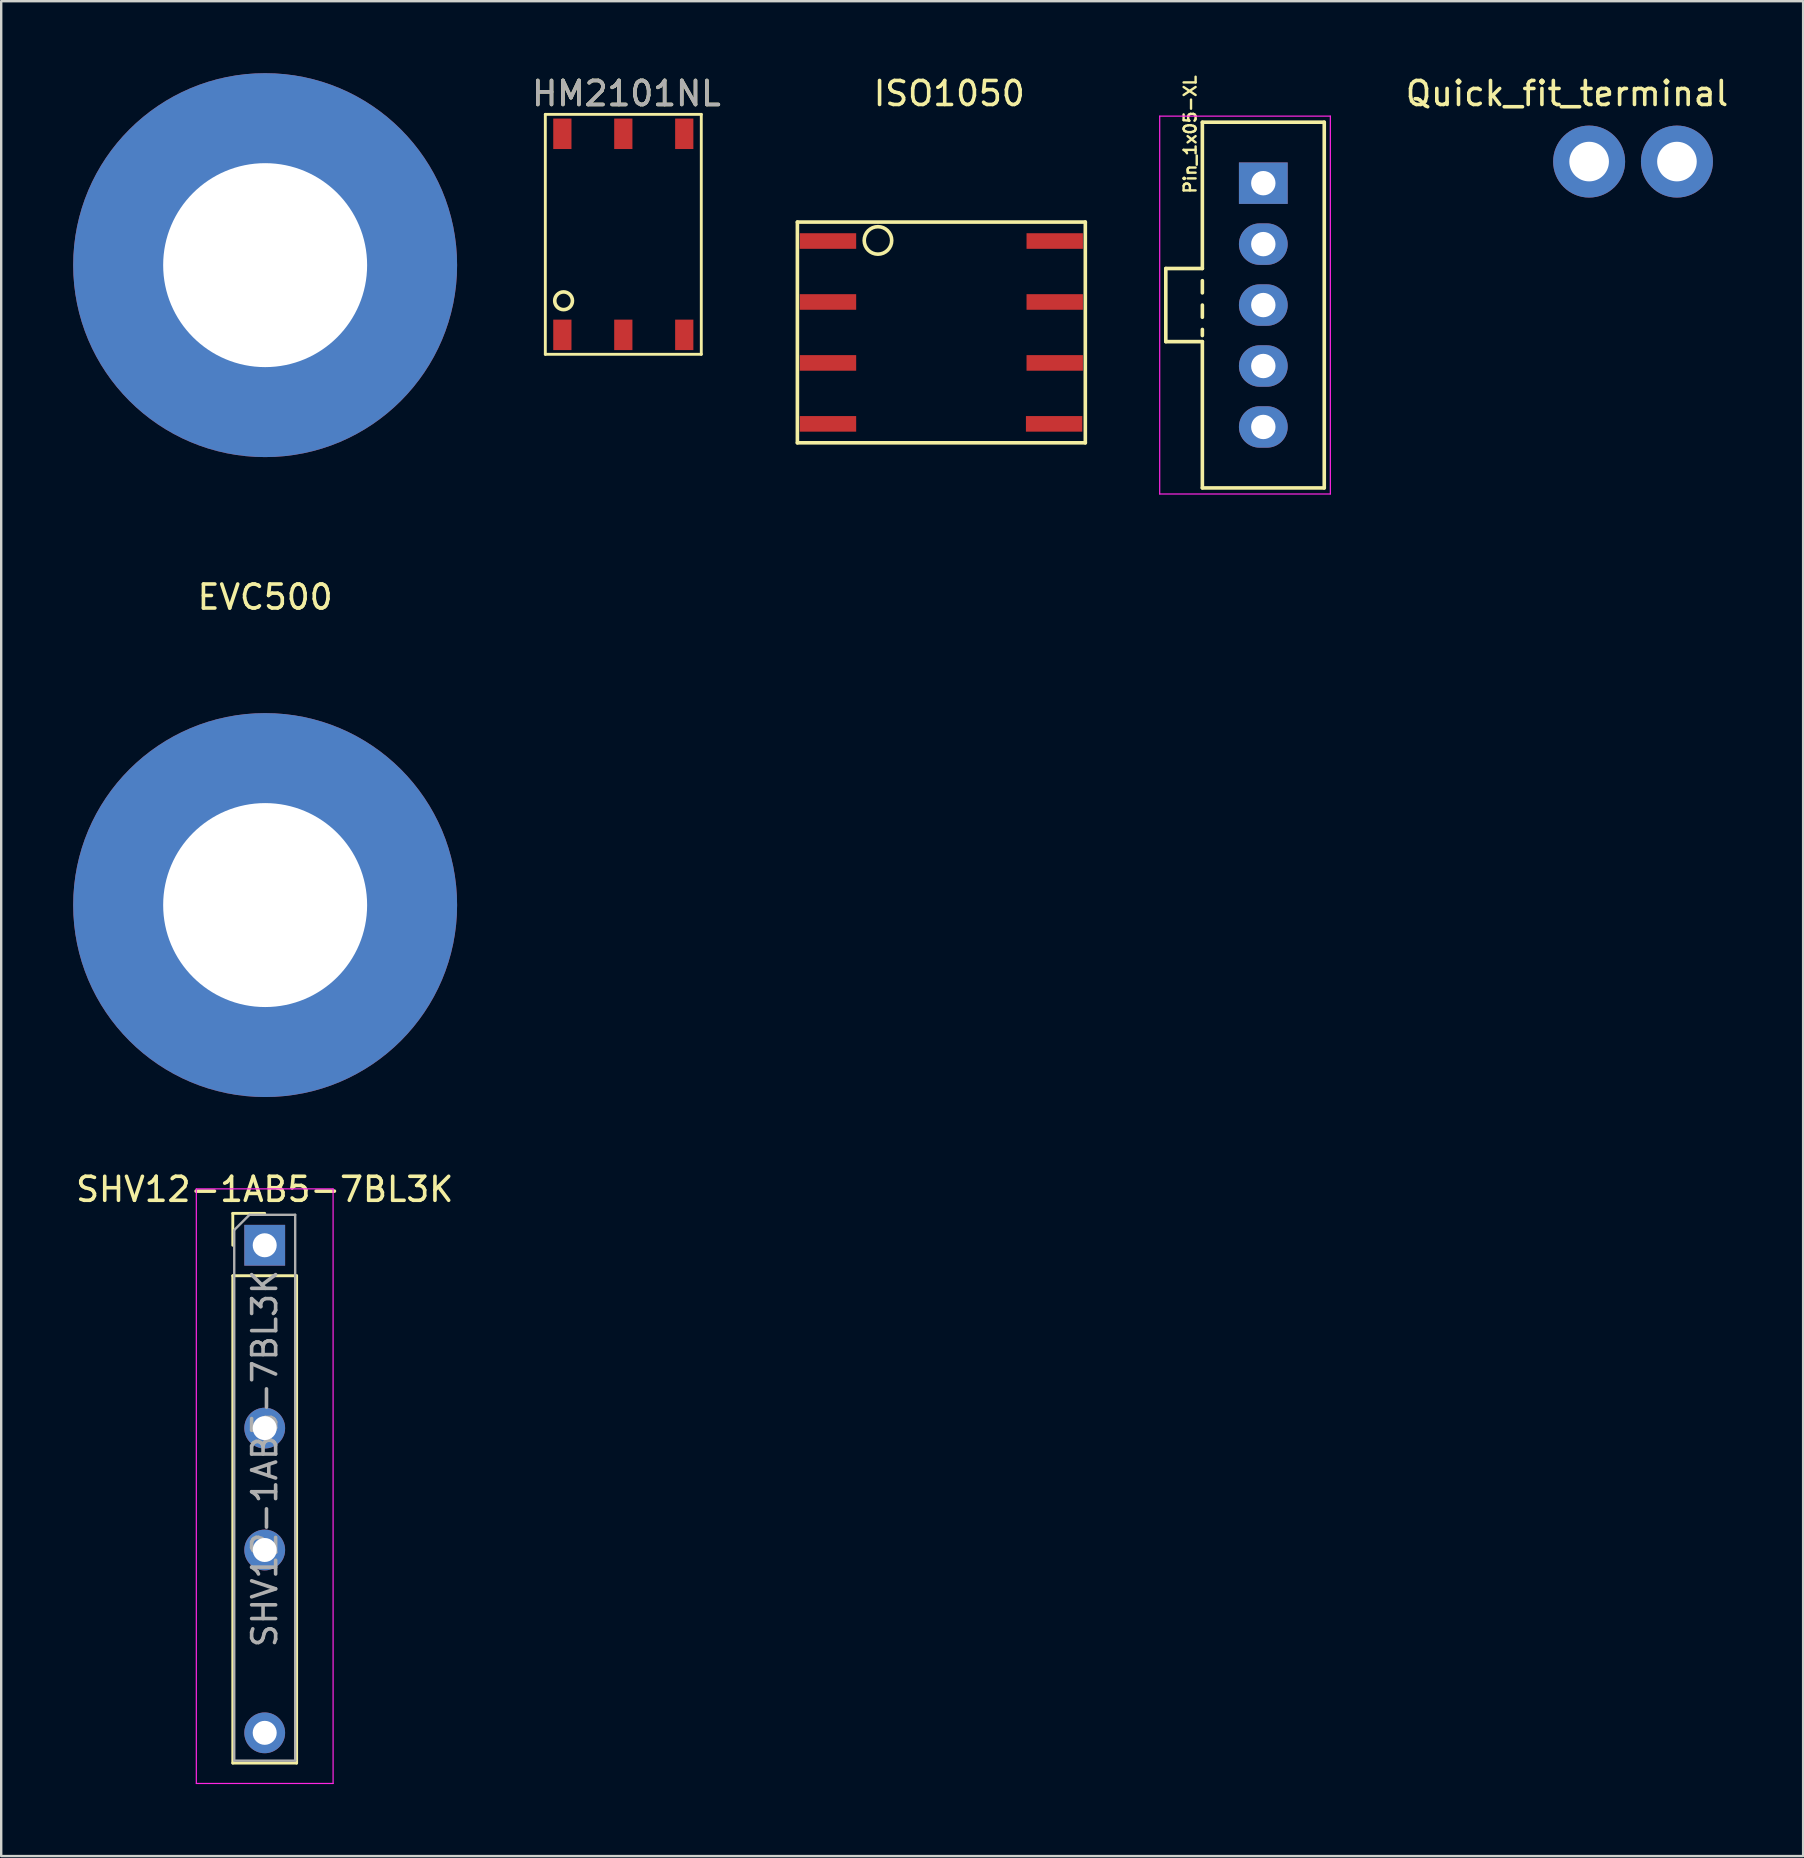
<source format=kicad_pcb>
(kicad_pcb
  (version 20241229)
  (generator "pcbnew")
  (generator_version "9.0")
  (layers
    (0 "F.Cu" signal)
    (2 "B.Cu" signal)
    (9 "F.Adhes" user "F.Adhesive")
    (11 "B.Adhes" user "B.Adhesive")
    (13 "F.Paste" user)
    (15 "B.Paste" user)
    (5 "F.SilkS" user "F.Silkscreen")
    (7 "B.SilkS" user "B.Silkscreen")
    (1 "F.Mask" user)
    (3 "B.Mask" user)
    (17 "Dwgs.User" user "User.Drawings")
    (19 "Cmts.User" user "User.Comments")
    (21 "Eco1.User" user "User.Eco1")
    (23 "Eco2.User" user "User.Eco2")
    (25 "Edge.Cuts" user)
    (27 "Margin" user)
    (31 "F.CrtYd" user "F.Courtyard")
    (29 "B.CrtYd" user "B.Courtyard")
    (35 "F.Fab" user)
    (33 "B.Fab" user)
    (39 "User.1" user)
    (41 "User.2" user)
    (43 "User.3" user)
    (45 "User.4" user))
  (footprint "ISO1050"
    (layer "F.Cu")
    (at 36.182 10.805)
    (property "Reference" "ISO1050" (at 0.33 -9.957 0) (layer "F.SilkS") (effects (font (size 1 1) (thickness 0.15))))
    (attr through_hole)
    (fp_line (start -6 -4.6) (end 6 -4.6) (stroke (width 0.15) (type solid)) (layer "F.SilkS"))
    (fp_line (start -6 4.6) (end -6 -4.6) (stroke (width 0.15) (type solid)) (layer "F.SilkS"))
    (fp_line (start -6 4.6) (end 6 4.6) (stroke (width 0.15) (type solid)) (layer "F.SilkS"))
    (fp_line (start 6 -4.6) (end 6 4.6) (stroke (width 0.15) (type solid)) (layer "F.SilkS"))
    (fp_circle (center -2.642 -3.835) (end -2.083 -3.962) (stroke (width 0.15) (type solid)) (fill no) (layer "F.SilkS"))
    (pad "1" smd rect (at -4.725 -3.81) (size 2.35 0.65) (layers "F.Cu" "F.Mask" "F.Paste"))
    (pad "2" smd rect (at -4.725 -1.27) (size 2.35 0.65) (layers "F.Cu" "F.Mask" "F.Paste"))
    (pad "3" smd rect (at -4.725 1.27) (size 2.35 0.65) (layers "F.Cu" "F.Mask" "F.Paste"))
    (pad "4" smd rect (at -4.725 3.81) (size 2.35 0.65) (layers "F.Cu" "F.Mask" "F.Paste"))
    (pad "5" smd rect (at 4.7 3.81) (size 2.35 0.65) (layers "F.Cu" "F.Mask" "F.Paste"))
    (pad "6" smd rect (at 4.725 1.27) (size 2.35 0.65) (layers "F.Cu" "F.Mask" "F.Paste"))
    (pad "7" smd rect (at 4.725 -1.27) (size 2.35 0.65) (layers "F.Cu" "F.Mask" "F.Paste"))
    (pad "8" smd rect (at 4.725 -3.81) (size 2.35 0.65) (layers "F.Cu" "F.Mask" "F.Paste")))
  (footprint "Pin_1x05-XL"
    (layer "F.Cu")
    (at 49.6 4.584)
    (property "Reference" "Pin_1x05-XL" (at -3.048 -2.032 90) (layer "F.SilkS") (effects (font (size 0.5 0.5) (thickness 0.1))))
    (attr through_hole)
    (fp_line (start -4.064 3.556) (end -4.064 6.604) (stroke (width 0.15) (type solid)) (layer "F.SilkS"))
    (fp_line (start -4.064 6.604) (end -2.54 6.604) (stroke (width 0.15) (type solid)) (layer "F.SilkS"))
    (fp_line (start -2.54 -2.54) (end -2.54 3.556) (stroke (width 0.15) (type solid)) (layer "F.SilkS"))
    (fp_line (start -2.54 3.556) (end -4.064 3.556) (stroke (width 0.15) (type solid)) (layer "F.SilkS"))
    (fp_line (start -2.54 4.064) (end -2.54 4.572) (stroke (width 0.15) (type solid)) (layer "F.SilkS"))
    (fp_line (start -2.54 5.08) (end -2.54 5.588) (stroke (width 0.15) (type solid)) (layer "F.SilkS"))
    (fp_line (start -2.54 6.096) (end -2.54 6.35) (stroke (width 0.15) (type solid)) (layer "F.SilkS"))
    (fp_line (start -2.54 6.604) (end -2.54 12.7) (stroke (width 0.15) (type solid)) (layer "F.SilkS"))
    (fp_line (start -2.54 12.7) (end 2.54 12.7) (stroke (width 0.15) (type solid)) (layer "F.SilkS"))
    (fp_line (start 2.54 -2.54) (end -2.54 -2.54) (stroke (width 0.15) (type solid)) (layer "F.SilkS"))
    (fp_line (start 2.54 -2.54) (end 2.54 12.7) (stroke (width 0.15) (type solid)) (layer "F.SilkS"))
    (fp_line (start -4.318 12.954) (end -4.318 -2.794) (stroke (width 0.05) (type solid)) (layer "F.CrtYd"))
    (fp_line (start -4.318 12.954) (end 2.794 12.954) (stroke (width 0.05) (type solid)) (layer "F.CrtYd"))
    (fp_line (start 2.794 -2.794) (end -4.318 -2.794) (stroke (width 0.05) (type solid)) (layer "F.CrtYd"))
    (fp_line (start 2.794 12.954) (end 2.794 -2.794) (stroke (width 0.05) (type solid)) (layer "F.CrtYd"))
    (pad "1" thru_hole rect (at 0 0) (size 2.032 1.727) (drill 1.016) (layers "*.Cu" "*.Mask"))
    (pad "2" thru_hole oval (at 0 2.54) (size 2.032 1.727) (drill 1.016) (layers "*.Cu" "*.Mask"))
    (pad "3" thru_hole oval (at 0 5.08) (size 2.032 1.727) (drill 1.016) (layers "*.Cu" "*.Mask"))
    (pad "4" thru_hole oval (at 0 7.62) (size 2.032 1.727) (drill 1.016) (layers "*.Cu" "*.Mask"))
    (pad "5" thru_hole oval (at 0 10.16) (size 2.032 1.727) (drill 1.016) (layers "*.Cu" "*.Mask")))
  (footprint "Quick_fit_terminal"
    (layer "F.Cu")
    (at 65.009 3.684)
    (property "Reference" "Quick_fit_terminal" (at -2.75 -2.836 0) (layer "F.SilkS") (effects (font (size 1 1) (thickness 0.15))))
    (attr through_hole)
    (pad "1" thru_hole circle (at -1.83 0) (size 3 3) (drill 1.65) (layers "*.Cu" "*.Mask"))
    (pad "1" thru_hole circle (at 1.83 0) (size 3 3) (drill 1.65) (layers "*.Cu" "*.Mask")))
  (footprint "EVC500"
    (layer "F.Cu")
    (at 8 21.335)
    (property "Reference" "EVC500" (at 0 0.5 0) (layer "F.SilkS") (effects (font (size 1 1) (thickness 0.15))))
    (attr through_hole)
    (pad "1" thru_hole circle (at 0 -13.335) (size 16 16) (drill 8.5) (layers "*.Cu" "*.Mask"))
    (pad "2" thru_hole circle (at 0 13.335) (size 16 16) (drill 8.5) (layers "*.Cu" "*.Mask")))
  (footprint "SHV12-1AB5-7BL3K"
    (layer "F.Cu")
    (at 7.982 48.848)
    (property "Reference" "SHV12-1AB5-7BL3K" (at 0 -2.33 0) (layer "F.SilkS") (effects (font (size 1 1) (thickness 0.15))))
    (attr through_hole)
    (fp_line (start -1.33 -1.33) (end 0 -1.33) (stroke (width 0.12) (type solid)) (layer "F.SilkS"))
    (fp_line (start -1.33 0) (end -1.33 -1.33) (stroke (width 0.12) (type solid)) (layer "F.SilkS"))
    (fp_line (start -1.33 1.27) (end -1.33 21.58) (stroke (width 0.12) (type solid)) (layer "F.SilkS"))
    (fp_line (start -1.33 1.27) (end 1.33 1.27) (stroke (width 0.12) (type solid)) (layer "F.SilkS"))
    (fp_line (start -1.33 21.58) (end 1.33 21.58) (stroke (width 0.12) (type solid)) (layer "F.SilkS"))
    (fp_line (start 1.33 1.27) (end 1.33 21.58) (stroke (width 0.12) (type solid)) (layer "F.SilkS"))
    (fp_line (start -2.85 -2.35) (end -2.85 22.43) (stroke (width 0.05) (type solid)) (layer "F.CrtYd"))
    (fp_line (start -2.85 22.43) (end 2.85 22.43) (stroke (width 0.05) (type solid)) (layer "F.CrtYd"))
    (fp_line (start 2.85 -2.35) (end -2.85 -2.35) (stroke (width 0.05) (type solid)) (layer "F.CrtYd"))
    (fp_line (start 2.85 22.43) (end 2.85 -2.35) (stroke (width 0.05) (type solid)) (layer "F.CrtYd"))
    (fp_line (start -1.27 -0.635) (end -0.635 -1.27) (stroke (width 0.1) (type solid)) (layer "F.Fab"))
    (fp_line (start -1.27 21.48) (end -1.27 -0.635) (stroke (width 0.1) (type solid)) (layer "F.Fab"))
    (fp_line (start -0.635 -1.27) (end 1.27 -1.27) (stroke (width 0.1) (type solid)) (layer "F.Fab"))
    (fp_line (start 1.27 -1.27) (end 1.27 21.48) (stroke (width 0.1) (type solid)) (layer "F.Fab"))
    (fp_line (start 1.27 21.48) (end -1.27 21.48) (stroke (width 0.1) (type solid)) (layer "F.Fab"))
    (fp_text user "${REFERENCE}" (at 0 8.89 90) (layer "F.Fab") (effects (font (size 1 1) (thickness 0.15))))
    (pad "1" thru_hole rect (at 0 0) (size 1.7 1.7) (drill 1) (layers "*.Cu" "*.Mask"))
    (pad "2" thru_hole oval (at 0 7.62) (size 1.7 1.7) (drill 1) (layers "*.Cu" "*.Mask"))
    (pad "3" thru_hole oval (at 0 12.7) (size 1.7 1.7) (drill 1) (layers "*.Cu" "*.Mask"))
    (pad "4" thru_hole oval (at 0 20.32) (size 1.7 1.7) (drill 1) (layers "*.Cu" "*.Mask")))
  (footprint "HM2101NL"
    (layer "F.Cu")
    (at 22.927 6.716)
    (property "Reference" "HM2101NL" (at 0.127 -5.867 0) (layer "F.SilkS") (effects (font (size 1 1) (thickness 0.15))))
    (attr smd)
    (fp_line (start -3.25 -5) (end 3.25 -5) (stroke (width 0.12) (type solid)) (layer "F.SilkS"))
    (fp_line (start -3.25 5) (end -3.25 -5) (stroke (width 0.12) (type solid)) (layer "F.SilkS"))
    (fp_line (start 3.25 -5) (end 3.25 5) (stroke (width 0.12) (type solid)) (layer "F.SilkS"))
    (fp_line (start 3.25 5) (end -3.25 5) (stroke (width 0.12) (type solid)) (layer "F.SilkS"))
    (fp_circle (center -2.489 2.769) (end -2.134 2.667) (stroke (width 0.15) (type solid)) (fill no) (layer "F.SilkS"))
    (fp_text user "${REFERENCE}" (at 0.127 -5.867 0) (layer "F.Fab") (effects (font (size 1 1) (thickness 0.15))))
    (pad "1" smd rect (at -2.54 4.19) (size 0.76 1.27) (layers "F.Cu" "F.Mask" "F.Paste"))
    (pad "2" smd rect (at 0 4.19) (size 0.76 1.27) (layers "F.Cu" "F.Mask" "F.Paste"))
    (pad "3" smd rect (at 2.54 4.19) (size 0.76 1.27) (layers "F.Cu" "F.Mask" "F.Paste"))
    (pad "4" smd rect (at -2.54 -4.19) (size 0.76 1.27) (layers "F.Cu" "F.Mask" "F.Paste"))
    (pad "5" smd rect (at 0 -4.19) (size 0.76 1.27) (layers "F.Cu" "F.Mask" "F.Paste"))
    (pad "6" smd rect (at 2.54 -4.19) (size 0.76 1.27) (layers "F.Cu" "F.Mask" "F.Paste")))
  (gr_rect
    (start -3 -3)
    (end 72.098 74.303)
    (stroke (width 0.1) (type default))
    (fill no)
    (layer "Edge.Cuts")))
</source>
